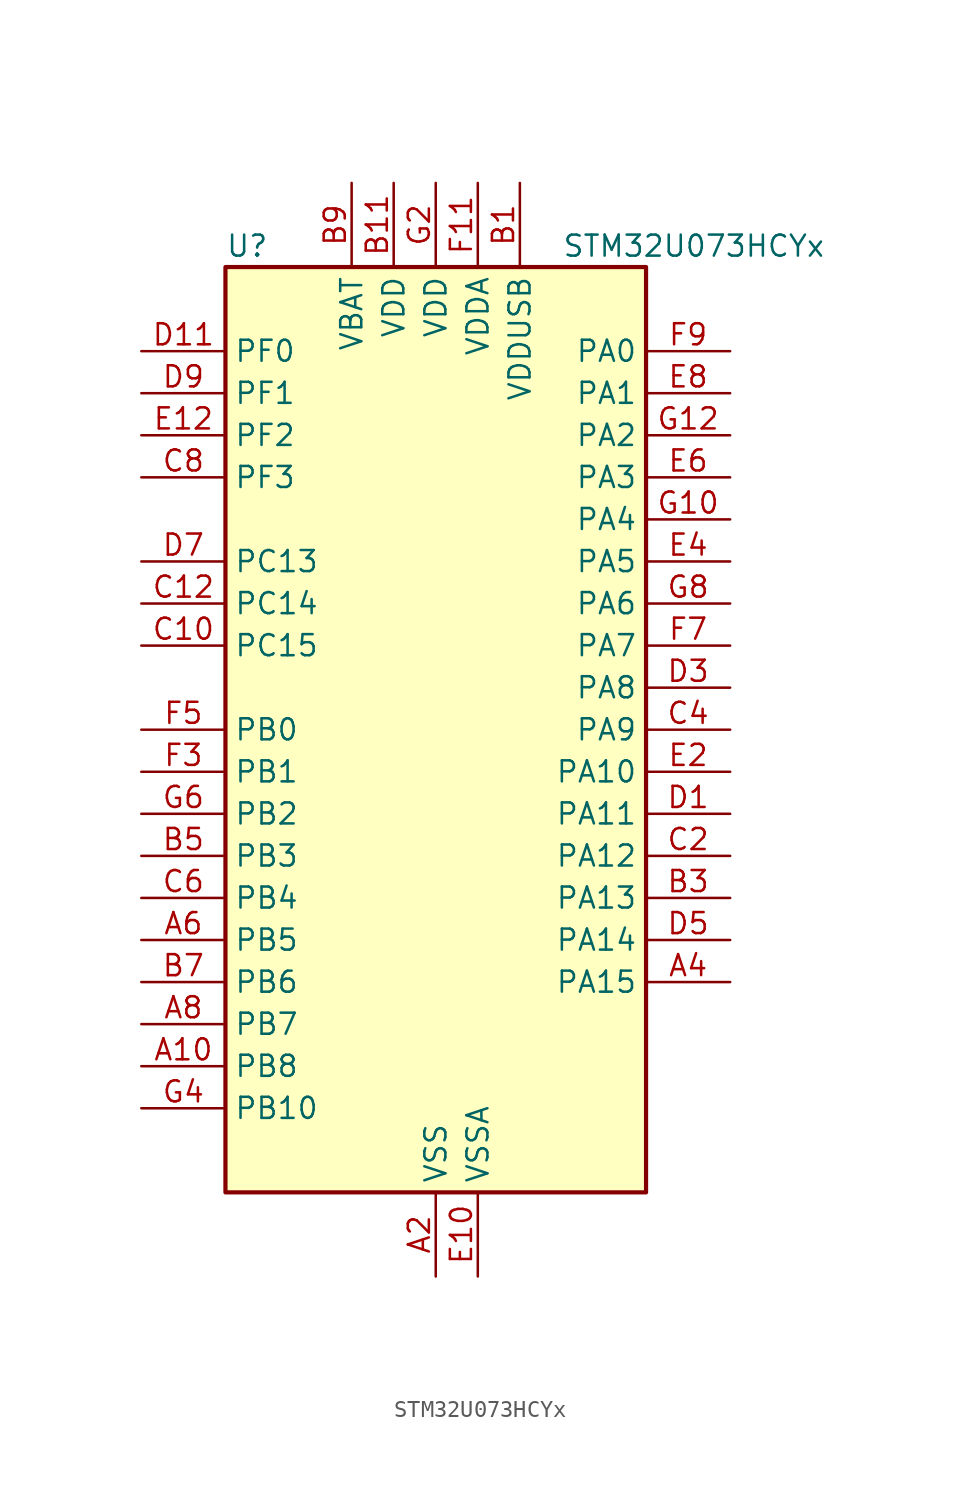
<source format=kicad_sym>
(kicad_symbol_lib
  (version 20241209)
  (generator "kicad_symbol_editor")
  (generator_version "9.0")
  (symbol "STM32U073HCYx"
    (property "Reference" "U"
      (at -12.7 29.21 0)
      (effects (font (size 1.27 1.27)) (justify left)))
    (property "Value" "STM32U073HCYx"
      (at 7.62 29.21 0)
      (effects (font (size 1.27 1.27)) (justify left)))
    (symbol "STM32U073HCYx_0_1"
      (rectangle (start -12.7 -27.94) (end 12.7 27.94) (stroke (width 0.254) (type default)) (fill (type background))))
    (symbol "STM32U073HCYx_1_1"
      (pin bidirectional line (at -17.78 22.86 0) (length 5.08) (name "PF0" (effects (font (size 1.27 1.27)))) (number "D11" (effects (font (size 1.27 1.27)))) (alternate "RCC_OSC_IN" bidirectional line))
      (pin bidirectional line (at -17.78 20.32 0) (length 5.08) (name "PF1" (effects (font (size 1.27 1.27)))) (number "D9" (effects (font (size 1.27 1.27)))) (alternate "RCC_OSC_EN" bidirectional line) (alternate "RCC_OSC_OUT" bidirectional line))
      (pin bidirectional line (at -17.78 17.78 0) (length 5.08) (name "PF2" (effects (font (size 1.27 1.27)))) (number "E12" (effects (font (size 1.27 1.27)))) (alternate "RCC_MCO" bidirectional line))
      (pin bidirectional line (at -17.78 15.24 0) (length 5.08) (name "PF3" (effects (font (size 1.27 1.27)))) (number "C8" (effects (font (size 1.27 1.27)))))
      (pin bidirectional line (at -17.78 10.16 0) (length 5.08) (name "PC13" (effects (font (size 1.27 1.27)))) (number "D7" (effects (font (size 1.27 1.27)))) (alternate "LPTIM1_CH3" bidirectional line) (alternate "LPTIM3_CH3" bidirectional line) (alternate "PWR_WKUP2" bidirectional line) (alternate "RTC_OUT1" bidirectional line) (alternate "RTC_TS" bidirectional line) (alternate "TAMP_IN1" bidirectional line))
      (pin bidirectional line (at -17.78 7.62 0) (length 5.08) (name "PC14" (effects (font (size 1.27 1.27)))) (number "C12" (effects (font (size 1.27 1.27)))) (alternate "RCC_OSC32_IN" bidirectional line))
      (pin bidirectional line (at -17.78 5.08 0) (length 5.08) (name "PC15" (effects (font (size 1.27 1.27)))) (number "C10" (effects (font (size 1.27 1.27)))) (alternate "RCC_OSC32_EN" bidirectional line) (alternate "RCC_OSC32_OUT" bidirectional line) (alternate "RCC_OSC_EN" bidirectional line))
      (pin bidirectional line (at -17.78 0 0) (length 5.08) (name "PB0" (effects (font (size 1.27 1.27)))) (number "F5" (effects (font (size 1.27 1.27)))) (alternate "ADC1_IN17" bidirectional line) (alternate "COMP1_OUT" bidirectional line) (alternate "LCD_SEG5" bidirectional line) (alternate "LPTIM3_CH1" bidirectional line) (alternate "LPUART2_CTS" bidirectional line) (alternate "SPI1_NSS" bidirectional line) (alternate "TIM1_CH2N" bidirectional line) (alternate "TIM3_CH3" bidirectional line) (alternate "TSC_G5_IO2" bidirectional line) (alternate "USART3_CK" bidirectional line))
      (pin bidirectional line (at -17.78 -2.54 0) (length 5.08) (name "PB1" (effects (font (size 1.27 1.27)))) (number "F3" (effects (font (size 1.27 1.27)))) (alternate "ADC1_IN18" bidirectional line) (alternate "COMP1_INM" bidirectional line) (alternate "LCD_SEG6" bidirectional line) (alternate "LPTIM2_IN1" bidirectional line) (alternate "LPTIM3_CH2" bidirectional line) (alternate "LPUART1_DE" bidirectional line) (alternate "LPUART1_RTS" bidirectional line) (alternate "LPUART2_DE" bidirectional line) (alternate "LPUART2_RTS" bidirectional line) (alternate "TIM1_CH3N" bidirectional line) (alternate "TIM3_CH4" bidirectional line) (alternate "TSC_SYNC" bidirectional line) (alternate "USART3_DE" bidirectional line) (alternate "USART3_RTS" bidirectional line))
      (pin bidirectional line (at -17.78 -5.08 0) (length 5.08) (name "PB2" (effects (font (size 1.27 1.27)))) (number "G6" (effects (font (size 1.27 1.27)))) (alternate "COMP1_INP" bidirectional line) (alternate "LCD_VLCD" bidirectional line) (alternate "LPTIM1_CH1" bidirectional line) (alternate "RTC_OUT2" bidirectional line))
      (pin bidirectional line (at -17.78 -7.62 0) (length 5.08) (name "PB3" (effects (font (size 1.27 1.27)))) (number "B5" (effects (font (size 1.27 1.27)))) (alternate "COMP2_INM" bidirectional line) (alternate "DEBUG_JTDO-SWO" bidirectional line) (alternate "I2C2_SCL" bidirectional line) (alternate "I2C3_SCL" bidirectional line) (alternate "LCD_SEG7" bidirectional line) (alternate "LPTIM1_CH3" bidirectional line) (alternate "SPI1_SCK" bidirectional line) (alternate "SPI3_SCK" bidirectional line) (alternate "TIM2_CH2" bidirectional line) (alternate "USART1_DE" bidirectional line) (alternate "USART1_RTS" bidirectional line))
      (pin bidirectional line (at -17.78 -10.16 0) (length 5.08) (name "PB4" (effects (font (size 1.27 1.27)))) (number "C6" (effects (font (size 1.27 1.27)))) (alternate "COMP2_INP" bidirectional line) (alternate "I2C2_SDA" bidirectional line) (alternate "I2C3_SDA" bidirectional line) (alternate "LCD_SEG8" bidirectional line) (alternate "LPTIM1_CH4" bidirectional line) (alternate "LPUART3_DE" bidirectional line) (alternate "LPUART3_RTS" bidirectional line) (alternate "SPI1_MISO" bidirectional line) (alternate "SPI3_MISO" bidirectional line) (alternate "TIM3_CH1" bidirectional line) (alternate "TSC_G2_IO1" bidirectional line) (alternate "USART1_CTS" bidirectional line))
      (pin bidirectional line (at -17.78 -12.7 0) (length 5.08) (name "PB5" (effects (font (size 1.27 1.27)))) (number "A6" (effects (font (size 1.27 1.27)))) (alternate "COMP2_OUT" bidirectional line) (alternate "LCD_SEG9" bidirectional line) (alternate "LPTIM1_IN1" bidirectional line) (alternate "LPUART3_CTS" bidirectional line) (alternate "SPI1_MOSI" bidirectional line) (alternate "SPI3_MOSI" bidirectional line) (alternate "TIM16_BKIN" bidirectional line) (alternate "TIM3_CH2" bidirectional line) (alternate "TSC_G2_IO2" bidirectional line) (alternate "USART1_CK" bidirectional line))
      (pin bidirectional line (at -17.78 -15.24 0) (length 5.08) (name "PB6" (effects (font (size 1.27 1.27)))) (number "B7" (effects (font (size 1.27 1.27)))) (alternate "COMP2_INP" bidirectional line) (alternate "I2C1_SCL" bidirectional line) (alternate "I2C2_SCL" bidirectional line) (alternate "I2C4_SCL" bidirectional line) (alternate "LPTIM1_ETR" bidirectional line) (alternate "LPUART2_TX" bidirectional line) (alternate "LPUART3_TX" bidirectional line) (alternate "TIM16_CH1N" bidirectional line) (alternate "TSC_G2_IO3" bidirectional line) (alternate "USART1_TX" bidirectional line))
      (pin bidirectional line (at -17.78 -17.78 0) (length 5.08) (name "PB7" (effects (font (size 1.27 1.27)))) (number "A8" (effects (font (size 1.27 1.27)))) (alternate "COMP2_INM" bidirectional line) (alternate "I2C1_SDA" bidirectional line) (alternate "I2C2_SDA" bidirectional line) (alternate "I2C4_SDA" bidirectional line) (alternate "LCD_SEG21" bidirectional line) (alternate "LPTIM1_IN2" bidirectional line) (alternate "LPUART2_RX" bidirectional line) (alternate "LPUART3_RX" bidirectional line) (alternate "PWR_PVD_IN" bidirectional line) (alternate "TSC_G2_IO4" bidirectional line) (alternate "USART1_RX" bidirectional line) (alternate "USART4_CTS" bidirectional line))
      (pin bidirectional line (at -17.78 -20.32 0) (length 5.08) (name "PB8" (effects (font (size 1.27 1.27)))) (number "A10" (effects (font (size 1.27 1.27)))) (alternate "I2C1_SCL" bidirectional line) (alternate "I2C2_SCL" bidirectional line) (alternate "LCD_SEG16" bidirectional line) (alternate "LPTIM1_IN2" bidirectional line) (alternate "LPTIM3_IN2" bidirectional line) (alternate "TIM16_CH1" bidirectional line) (alternate "USART3_TX" bidirectional line))
      (pin bidirectional line (at -17.78 -22.86 0) (length 5.08) (name "PB10" (effects (font (size 1.27 1.27)))) (number "G4" (effects (font (size 1.27 1.27)))) (alternate "COMP1_OUT" bidirectional line) (alternate "I2C2_SCL" bidirectional line) (alternate "I2C4_SCL" bidirectional line) (alternate "LCD_SEG10" bidirectional line) (alternate "LPTIM3_CH1" bidirectional line) (alternate "LPUART1_RX" bidirectional line) (alternate "LPUART2_RX" bidirectional line) (alternate "SPI2_SCK" bidirectional line) (alternate "TIM2_CH3" bidirectional line) (alternate "TSC_G5_IO3" bidirectional line) (alternate "USART3_TX" bidirectional line))
      (pin power_in line (at -5.08 33.02 270) (length 5.08) (name "VBAT" (effects (font (size 1.27 1.27)))) (number "B9" (effects (font (size 1.27 1.27)))))
      (pin power_in line (at -2.54 33.02 270) (length 5.08) (name "VDD" (effects (font (size 1.27 1.27)))) (number "B11" (effects (font (size 1.27 1.27)))))
      (pin power_in line (at 0 33.02 270) (length 5.08) (name "VDD" (effects (font (size 1.27 1.27)))) (number "G2" (effects (font (size 1.27 1.27)))))
      (pin passive line (at 0 -33.02 90) (length 5.08) (hide yes) (name "VSS" (effects (font (size 1.27 1.27)))) (number "A12" (effects (font (size 1.27 1.27)))))
      (pin power_in line (at 0 -33.02 90) (length 5.08) (name "VSS" (effects (font (size 1.27 1.27)))) (number "A2" (effects (font (size 1.27 1.27)))))
      (pin passive line (at 0 -33.02 90) (length 5.08) (hide yes) (name "VSS" (effects (font (size 1.27 1.27)))) (number "F1" (effects (font (size 1.27 1.27)))))
      (pin power_in line (at 2.54 33.02 270) (length 5.08) (name "VDDA" (effects (font (size 1.27 1.27)))) (number "F11" (effects (font (size 1.27 1.27)))))
      (pin power_in line (at 2.54 -33.02 90) (length 5.08) (name "VSSA" (effects (font (size 1.27 1.27)))) (number "E10" (effects (font (size 1.27 1.27)))))
      (pin power_in line (at 5.08 33.02 270) (length 5.08) (name "VDDUSB" (effects (font (size 1.27 1.27)))) (number "B1" (effects (font (size 1.27 1.27)))))
      (pin bidirectional line (at 17.78 22.86 180) (length 5.08) (name "PA0" (effects (font (size 1.27 1.27)))) (number "F9" (effects (font (size 1.27 1.27)))) (alternate "ADC1_IN4" bidirectional line) (alternate "COMP1_INM" bidirectional line) (alternate "COMP1_OUT" bidirectional line) (alternate "LCD_SEG42" bidirectional line) (alternate "OPAMP1_VINP" bidirectional line) (alternate "PWR_WKUP1" bidirectional line) (alternate "TAMP_IN2" bidirectional line) (alternate "TIM2_CH1" bidirectional line) (alternate "TIM2_ETR" bidirectional line) (alternate "USART2_CTS" bidirectional line) (alternate "USART4_TX" bidirectional line))
      (pin bidirectional line (at 17.78 20.32 180) (length 5.08) (name "PA1" (effects (font (size 1.27 1.27)))) (number "E8" (effects (font (size 1.27 1.27)))) (alternate "ADC1_IN5" bidirectional line) (alternate "COMP1_INP" bidirectional line) (alternate "LCD_SEG0" bidirectional line) (alternate "LPTIM1_CH2" bidirectional line) (alternate "OPAMP1_VINM" bidirectional line) (alternate "PWR_WKUP3" bidirectional line) (alternate "SPI1_SCK" bidirectional line) (alternate "SPI2_SCK" bidirectional line) (alternate "TAMP_IN5" bidirectional line) (alternate "TIM15_CH1N" bidirectional line) (alternate "TIM2_CH2" bidirectional line) (alternate "USART2_DE" bidirectional line) (alternate "USART2_RTS" bidirectional line) (alternate "USART4_RX" bidirectional line))
      (pin bidirectional line (at 17.78 17.78 180) (length 5.08) (name "PA2" (effects (font (size 1.27 1.27)))) (number "G12" (effects (font (size 1.27 1.27)))) (alternate "ADC1_IN6" bidirectional line) (alternate "COMP2_INM" bidirectional line) (alternate "COMP2_OUT" bidirectional line) (alternate "LCD_SEG1" bidirectional line) (alternate "LPUART1_TX" bidirectional line) (alternate "PWR_WKUP4" bidirectional line) (alternate "RCC_LSCO" bidirectional line) (alternate "TIM15_CH1" bidirectional line) (alternate "TIM2_CH3" bidirectional line) (alternate "USART2_TX" bidirectional line))
      (pin bidirectional line (at 17.78 15.24 180) (length 5.08) (name "PA3" (effects (font (size 1.27 1.27)))) (number "E6" (effects (font (size 1.27 1.27)))) (alternate "ADC1_IN7" bidirectional line) (alternate "COMP2_INP" bidirectional line) (alternate "LCD_SEG2" bidirectional line) (alternate "LPUART1_RX" bidirectional line) (alternate "OPAMP1_VOUT" bidirectional line) (alternate "TIM15_CH2" bidirectional line) (alternate "TIM2_CH4" bidirectional line) (alternate "USART2_RX" bidirectional line))
      (pin bidirectional line (at 17.78 12.7 180) (length 5.08) (name "PA4" (effects (font (size 1.27 1.27)))) (number "G10" (effects (font (size 1.27 1.27)))) (alternate "ADC1_IN8" bidirectional line) (alternate "COMP1_INM" bidirectional line) (alternate "COMP2_INM" bidirectional line) (alternate "DAC1_OUT1" bidirectional line) (alternate "LCD_SEG43" bidirectional line) (alternate "LPTIM2_CH1" bidirectional line) (alternate "LPUART3_TX" bidirectional line) (alternate "SPI1_NSS" bidirectional line) (alternate "SPI3_NSS" bidirectional line) (alternate "USART2_CK" bidirectional line))
      (pin bidirectional line (at 17.78 10.16 180) (length 5.08) (name "PA5" (effects (font (size 1.27 1.27)))) (number "E4" (effects (font (size 1.27 1.27)))) (alternate "ADC1_IN9" bidirectional line) (alternate "COMP1_INM" bidirectional line) (alternate "COMP2_INM" bidirectional line) (alternate "LCD_SEG44" bidirectional line) (alternate "LPTIM2_ETR" bidirectional line) (alternate "LPUART3_RX" bidirectional line) (alternate "SPI1_SCK" bidirectional line) (alternate "TIM2_CH1" bidirectional line) (alternate "TIM2_ETR" bidirectional line) (alternate "USART3_TX" bidirectional line))
      (pin bidirectional line (at 17.78 7.62 180) (length 5.08) (name "PA6" (effects (font (size 1.27 1.27)))) (number "G8" (effects (font (size 1.27 1.27)))) (alternate "ADC1_IN10" bidirectional line) (alternate "COMP1_OUT" bidirectional line) (alternate "I2C2_SDA" bidirectional line) (alternate "I2C3_SDA" bidirectional line) (alternate "LCD_SEG3" bidirectional line) (alternate "LPUART1_CTS" bidirectional line) (alternate "SPI1_MISO" bidirectional line) (alternate "TIM16_CH1" bidirectional line) (alternate "TIM1_BKIN" bidirectional line) (alternate "TIM3_CH1" bidirectional line) (alternate "TSC_G5_IO1" bidirectional line) (alternate "USART3_CTS" bidirectional line))
      (pin bidirectional line (at 17.78 5.08 180) (length 5.08) (name "PA7" (effects (font (size 1.27 1.27)))) (number "F7" (effects (font (size 1.27 1.27)))) (alternate "ADC1_IN14" bidirectional line) (alternate "COMP2_OUT" bidirectional line) (alternate "I2C2_SCL" bidirectional line) (alternate "I2C3_SCL" bidirectional line) (alternate "LCD_SEG4" bidirectional line) (alternate "LPTIM2_CH2" bidirectional line) (alternate "SPI1_MOSI" bidirectional line) (alternate "TIM1_CH1N" bidirectional line) (alternate "TIM3_CH2" bidirectional line) (alternate "USART3_RX" bidirectional line))
      (pin bidirectional line (at 17.78 2.54 180) (length 5.08) (name "PA8" (effects (font (size 1.27 1.27)))) (number "D3" (effects (font (size 1.27 1.27)))) (alternate "LCD_COM0" bidirectional line) (alternate "LPTIM2_CH1" bidirectional line) (alternate "RCC_MCO" bidirectional line) (alternate "RCC_MCO2" bidirectional line) (alternate "TIM1_CH1" bidirectional line) (alternate "TSC_G7_IO1" bidirectional line) (alternate "USART1_CK" bidirectional line))
      (pin bidirectional line (at 17.78 0 180) (length 5.08) (name "PA9" (effects (font (size 1.27 1.27)))) (number "C4" (effects (font (size 1.27 1.27)))) (alternate "COMP1_INP" bidirectional line) (alternate "DAC1_EXTI9" bidirectional line) (alternate "I2C1_SCL" bidirectional line) (alternate "I2C2_SCL" bidirectional line) (alternate "LCD_COM1" bidirectional line) (alternate "RCC_MCO" bidirectional line) (alternate "TIM15_BKIN" bidirectional line) (alternate "TIM1_CH2" bidirectional line) (alternate "TSC_G7_IO2" bidirectional line) (alternate "USART1_TX" bidirectional line))
      (pin bidirectional line (at 17.78 -2.54 180) (length 5.08) (name "PA10" (effects (font (size 1.27 1.27)))) (number "E2" (effects (font (size 1.27 1.27)))) (alternate "CRS_SYNC" bidirectional line) (alternate "I2C1_SDA" bidirectional line) (alternate "I2C2_SDA" bidirectional line) (alternate "LCD_COM2" bidirectional line) (alternate "RCC_MCO2" bidirectional line) (alternate "SPI2_NSS" bidirectional line) (alternate "TIM1_CH3" bidirectional line) (alternate "TSC_G7_IO3" bidirectional line) (alternate "USART1_RX" bidirectional line))
      (pin bidirectional line (at 17.78 -5.08 180) (length 5.08) (name "PA11" (effects (font (size 1.27 1.27)))) (number "D1" (effects (font (size 1.27 1.27)))) (alternate "ADC1_EXTI11" bidirectional line) (alternate "COMP1_OUT" bidirectional line) (alternate "SPI1_MISO" bidirectional line) (alternate "SPI2_MISO" bidirectional line) (alternate "TIM1_BKIN2" bidirectional line) (alternate "TIM1_CH4" bidirectional line) (alternate "USART1_CTS" bidirectional line) (alternate "USB_DM" bidirectional line))
      (pin bidirectional line (at 17.78 -7.62 180) (length 5.08) (name "PA12" (effects (font (size 1.27 1.27)))) (number "C2" (effects (font (size 1.27 1.27)))) (alternate "SPI1_MOSI" bidirectional line) (alternate "SPI2_MOSI" bidirectional line) (alternate "TIM1_ETR" bidirectional line) (alternate "USART1_DE" bidirectional line) (alternate "USART1_RTS" bidirectional line) (alternate "USB_DP" bidirectional line))
      (pin bidirectional line (at 17.78 -10.16 180) (length 5.08) (name "PA13" (effects (font (size 1.27 1.27)))) (number "B3" (effects (font (size 1.27 1.27)))) (alternate "DEBUG_JTMS-SWDIO" bidirectional line) (alternate "IR_OUT" bidirectional line) (alternate "LCD_SEG40" bidirectional line) (alternate "TSC_G7_IO4" bidirectional line) (alternate "USB_NOE" bidirectional line))
      (pin bidirectional line (at 17.78 -12.7 180) (length 5.08) (name "PA14" (effects (font (size 1.27 1.27)))) (number "D5" (effects (font (size 1.27 1.27)))) (alternate "DEBUG_JTCK-SWCLK" bidirectional line) (alternate "LCD_SEG41" bidirectional line) (alternate "LPTIM1_CH1" bidirectional line) (alternate "TSC_G3_IO4" bidirectional line))
      (pin bidirectional line (at 17.78 -15.24 180) (length 5.08) (name "PA15" (effects (font (size 1.27 1.27)))) (number "A4" (effects (font (size 1.27 1.27)))) (alternate "DEBUG_JTDI" bidirectional line) (alternate "LCD_SEG17" bidirectional line) (alternate "LPTIM3_CH3" bidirectional line) (alternate "LPTIM3_IN2" bidirectional line) (alternate "SPI1_NSS" bidirectional line) (alternate "SPI3_NSS" bidirectional line) (alternate "TIM2_CH1" bidirectional line) (alternate "TIM2_ETR" bidirectional line) (alternate "TSC_G3_IO1" bidirectional line) (alternate "USART2_RX" bidirectional line) (alternate "USART3_DE" bidirectional line) (alternate "USART3_RTS" bidirectional line) (alternate "USART4_DE" bidirectional line) (alternate "USART4_RTS" bidirectional line)))))
</source>
